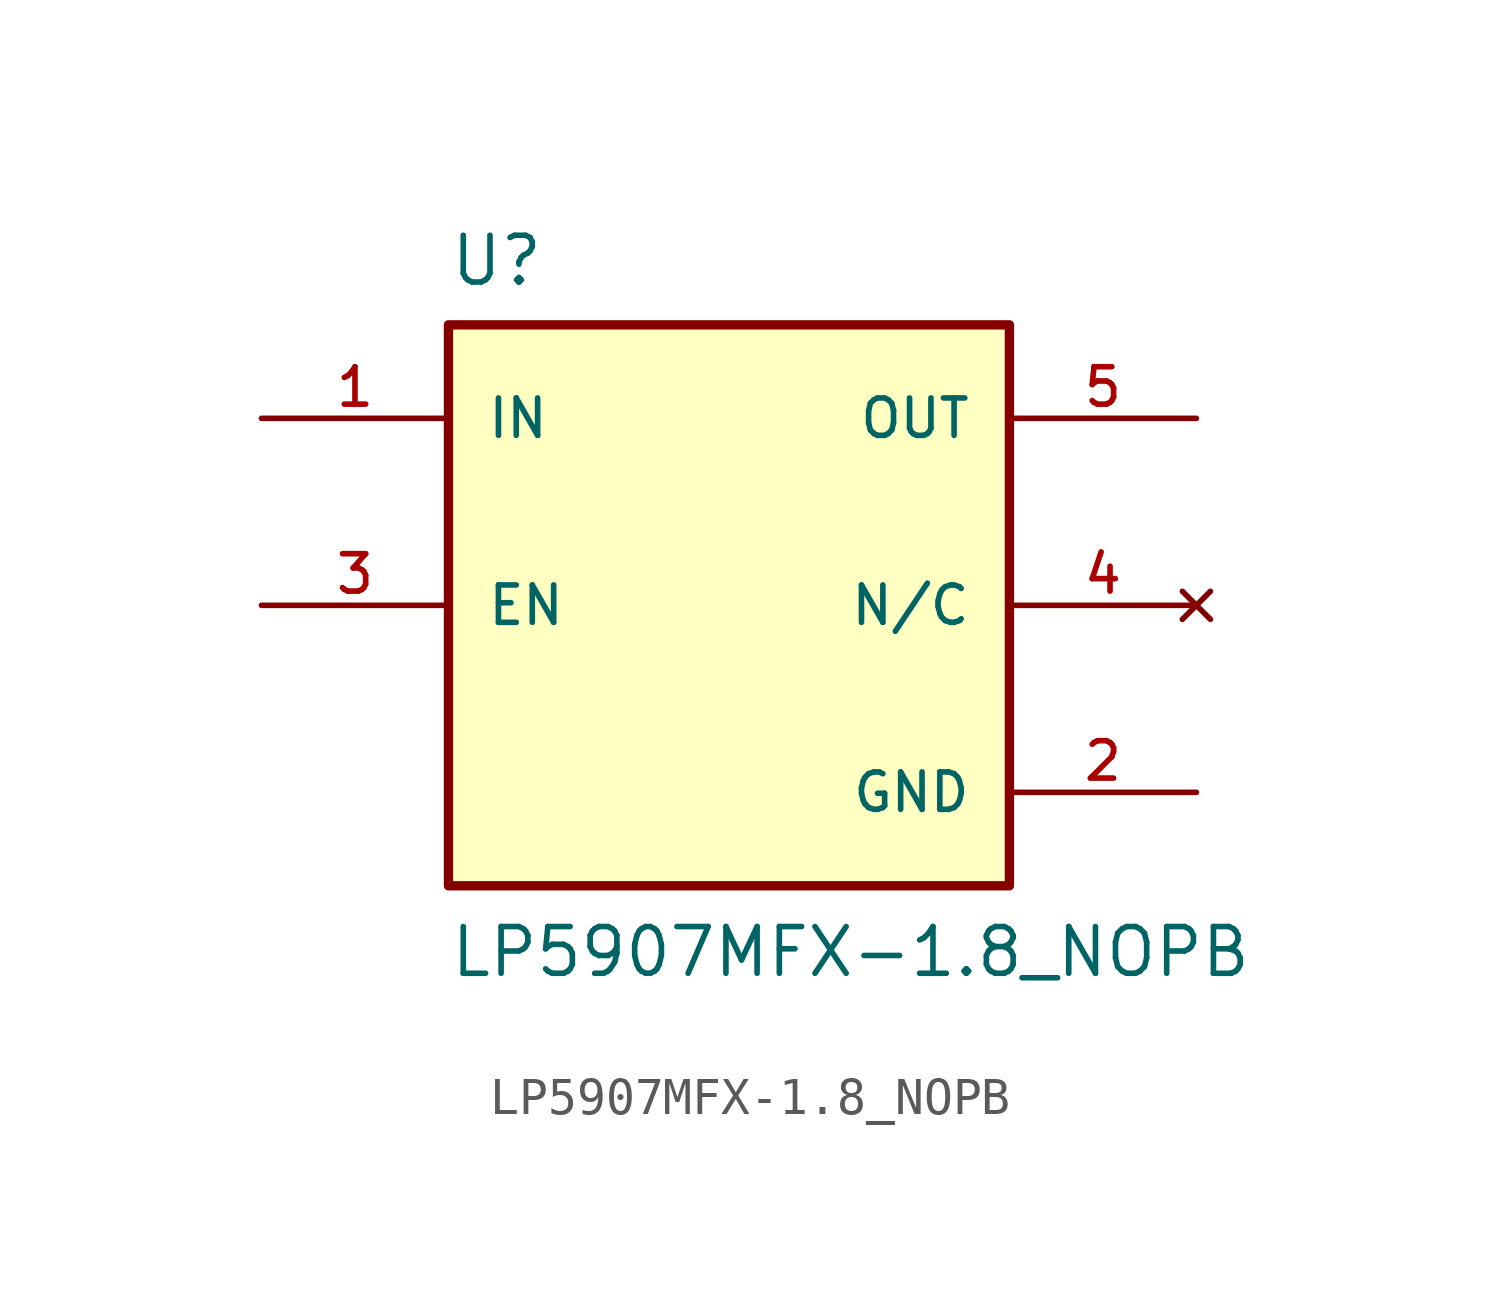
<source format=kicad_sym>
(kicad_symbol_lib
  (version 20211014)
  (generator kicad_symbol_editor)
  (symbol "LP5907MFX-1.8_NOPB"
    (pin_names
      (offset 1.016))
    (property "Reference" "U"
      (at -7.62 8.62 0.0)
      (effects (font (size 1.27 1.27)) (justify bottom left)))
    (property "Value" "LP5907MFX-1.8_NOPB"
      (at -7.62 -10.16 0.0)
      (effects (font (size 1.27 1.27)) (justify bottom left)))
    (symbol "LP5907MFX-1.8_NOPB_0_0"
      (rectangle (start -7.62 -7.62) (end 7.62 7.62) (stroke (width 0.254)) (fill (type background)))
      (pin input line (at -12.7 0.0 0) (length 5.08) (name "EN" (effects (font (size 1.016 1.016)))) (number "3" (effects (font (size 1.016 1.016)))))
      (pin input line (at -12.7 5.08 0) (length 5.08) (name "IN" (effects (font (size 1.016 1.016)))) (number "1" (effects (font (size 1.016 1.016)))))
      (pin output line (at 12.7 5.08 180.0) (length 5.08) (name "OUT" (effects (font (size 1.016 1.016)))) (number "5" (effects (font (size 1.016 1.016)))))
      (pin power_in line (at 12.7 -5.08 180.0) (length 5.08) (name "GND" (effects (font (size 1.016 1.016)))) (number "2" (effects (font (size 1.016 1.016)))))
      (pin no_connect line (at 12.7 0.0 180.0) (length 5.08) (name "N/C" (effects (font (size 1.016 1.016)))) (number "4" (effects (font (size 1.016 1.016))))))))
</source>
